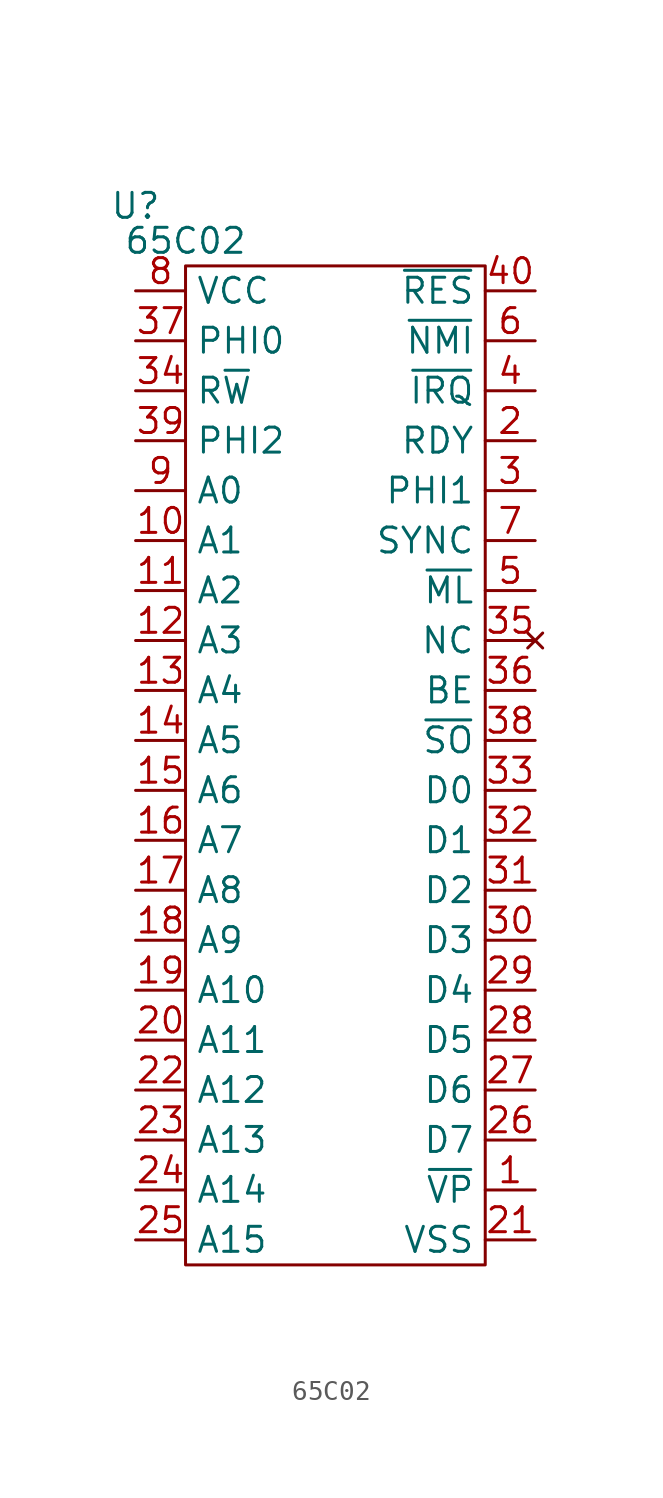
<source format=kicad_sym>
(kicad_symbol_lib
  (version 20241209)
  (generator "kicad_symbol_editor")
  (generator_version "9.0")
  (symbol "65C02"
    (property "Reference" "U"
      (at -10.16 28.448 0)
      (effects (font (size 1.27 1.27))))
    (property "Value" "65C02"
      (at -7.62 26.67 0)
      (effects (font (size 1.27 1.27))))
    (symbol "65C02_0_1"
      (rectangle (start -7.62 25.4) (end 7.62 -25.4) (stroke (width 0) (type default)) (fill (type none))))
    (symbol "65C02_1_1"
      (pin power_in line (at -10.16 24.13 0) (length 2.54) (name "VCC" (effects (font (size 1.27 1.27)))) (number "8" (effects (font (size 1.27 1.27)))))
      (pin input line (at -10.16 21.59 0) (length 2.54) (name "PHI0" (effects (font (size 1.27 1.27)))) (number "37" (effects (font (size 1.27 1.27)))))
      (pin output line (at -10.16 19.05 0) (length 2.54) (name "R~{W}" (effects (font (size 1.27 1.27)))) (number "34" (effects (font (size 1.27 1.27)))))
      (pin bidirectional line (at -10.16 16.51 0) (length 2.54) (name "PHI2" (effects (font (size 1.27 1.27)))) (number "39" (effects (font (size 1.27 1.27)))))
      (pin output line (at -10.16 13.97 0) (length 2.54) (name "A0" (effects (font (size 1.27 1.27)))) (number "9" (effects (font (size 1.27 1.27)))))
      (pin output line (at -10.16 11.43 0) (length 2.54) (name "A1" (effects (font (size 1.27 1.27)))) (number "10" (effects (font (size 1.27 1.27)))))
      (pin output line (at -10.16 8.89 0) (length 2.54) (name "A2" (effects (font (size 1.27 1.27)))) (number "11" (effects (font (size 1.27 1.27)))))
      (pin output line (at -10.16 6.35 0) (length 2.54) (name "A3" (effects (font (size 1.27 1.27)))) (number "12" (effects (font (size 1.27 1.27)))))
      (pin output line (at -10.16 3.81 0) (length 2.54) (name "A4" (effects (font (size 1.27 1.27)))) (number "13" (effects (font (size 1.27 1.27)))))
      (pin output line (at -10.16 1.27 0) (length 2.54) (name "A5" (effects (font (size 1.27 1.27)))) (number "14" (effects (font (size 1.27 1.27)))))
      (pin output line (at -10.16 -1.27 0) (length 2.54) (name "A6" (effects (font (size 1.27 1.27)))) (number "15" (effects (font (size 1.27 1.27)))))
      (pin output line (at -10.16 -3.81 0) (length 2.54) (name "A7" (effects (font (size 1.27 1.27)))) (number "16" (effects (font (size 1.27 1.27)))))
      (pin output line (at -10.16 -6.35 0) (length 2.54) (name "A8" (effects (font (size 1.27 1.27)))) (number "17" (effects (font (size 1.27 1.27)))))
      (pin output line (at -10.16 -8.89 0) (length 2.54) (name "A9" (effects (font (size 1.27 1.27)))) (number "18" (effects (font (size 1.27 1.27)))))
      (pin output line (at -10.16 -11.43 0) (length 2.54) (name "A10" (effects (font (size 1.27 1.27)))) (number "19" (effects (font (size 1.27 1.27)))))
      (pin output line (at -10.16 -13.97 0) (length 2.54) (name "A11" (effects (font (size 1.27 1.27)))) (number "20" (effects (font (size 1.27 1.27)))))
      (pin output line (at -10.16 -16.51 0) (length 2.54) (name "A12" (effects (font (size 1.27 1.27)))) (number "22" (effects (font (size 1.27 1.27)))))
      (pin output line (at -10.16 -19.05 0) (length 2.54) (name "A13" (effects (font (size 1.27 1.27)))) (number "23" (effects (font (size 1.27 1.27)))))
      (pin output line (at -10.16 -21.59 0) (length 2.54) (name "A14" (effects (font (size 1.27 1.27)))) (number "24" (effects (font (size 1.27 1.27)))))
      (pin output line (at -10.16 -24.13 0) (length 2.54) (name "A15" (effects (font (size 1.27 1.27)))) (number "25" (effects (font (size 1.27 1.27)))))
      (pin input line (at 10.16 24.13 180) (length 2.54) (name "~{RES}" (effects (font (size 1.27 1.27)))) (number "40" (effects (font (size 1.27 1.27)))))
      (pin input line (at 10.16 21.59 180) (length 2.54) (name "~{NMI}" (effects (font (size 1.27 1.27)))) (number "6" (effects (font (size 1.27 1.27)))))
      (pin input line (at 10.16 19.05 180) (length 2.54) (name "~{IRQ}" (effects (font (size 1.27 1.27)))) (number "4" (effects (font (size 1.27 1.27)))))
      (pin input line (at 10.16 16.51 180) (length 2.54) (name "RDY" (effects (font (size 1.27 1.27)))) (number "2" (effects (font (size 1.27 1.27)))))
      (pin input line (at 10.16 13.97 180) (length 2.54) (name "PHI1" (effects (font (size 1.27 1.27)))) (number "3" (effects (font (size 1.27 1.27)))))
      (pin input line (at 10.16 11.43 180) (length 2.54) (name "SYNC" (effects (font (size 1.27 1.27)))) (number "7" (effects (font (size 1.27 1.27)))))
      (pin input line (at 10.16 8.89 180) (length 2.54) (name "~{ML}" (effects (font (size 1.27 1.27)))) (number "5" (effects (font (size 1.27 1.27)))))
      (pin no_connect line (at 10.16 6.35 180) (length 2.54) (name "NC" (effects (font (size 1.27 1.27)))) (number "35" (effects (font (size 1.27 1.27)))))
      (pin input line (at 10.16 3.81 180) (length 2.54) (name "BE" (effects (font (size 1.27 1.27)))) (number "36" (effects (font (size 1.27 1.27)))))
      (pin input line (at 10.16 1.27 180) (length 2.54) (name "~{SO}" (effects (font (size 1.27 1.27)))) (number "38" (effects (font (size 1.27 1.27)))))
      (pin bidirectional line (at 10.16 -1.27 180) (length 2.54) (name "D0" (effects (font (size 1.27 1.27)))) (number "33" (effects (font (size 1.27 1.27)))))
      (pin bidirectional line (at 10.16 -3.81 180) (length 2.54) (name "D1" (effects (font (size 1.27 1.27)))) (number "32" (effects (font (size 1.27 1.27)))))
      (pin bidirectional line (at 10.16 -6.35 180) (length 2.54) (name "D2" (effects (font (size 1.27 1.27)))) (number "31" (effects (font (size 1.27 1.27)))))
      (pin bidirectional line (at 10.16 -8.89 180) (length 2.54) (name "D3" (effects (font (size 1.27 1.27)))) (number "30" (effects (font (size 1.27 1.27)))))
      (pin bidirectional line (at 10.16 -11.43 180) (length 2.54) (name "D4" (effects (font (size 1.27 1.27)))) (number "29" (effects (font (size 1.27 1.27)))))
      (pin bidirectional line (at 10.16 -13.97 180) (length 2.54) (name "D5" (effects (font (size 1.27 1.27)))) (number "28" (effects (font (size 1.27 1.27)))))
      (pin bidirectional line (at 10.16 -16.51 180) (length 2.54) (name "D6" (effects (font (size 1.27 1.27)))) (number "27" (effects (font (size 1.27 1.27)))))
      (pin bidirectional line (at 10.16 -19.05 180) (length 2.54) (name "D7" (effects (font (size 1.27 1.27)))) (number "26" (effects (font (size 1.27 1.27)))))
      (pin output line (at 10.16 -21.59 180) (length 2.54) (name "~{VP}" (effects (font (size 1.27 1.27)))) (number "1" (effects (font (size 1.27 1.27)))))
      (pin power_in line (at 10.16 -24.13 180) (length 2.54) (name "VSS" (effects (font (size 1.27 1.27)))) (number "21" (effects (font (size 1.27 1.27))))))))
</source>
